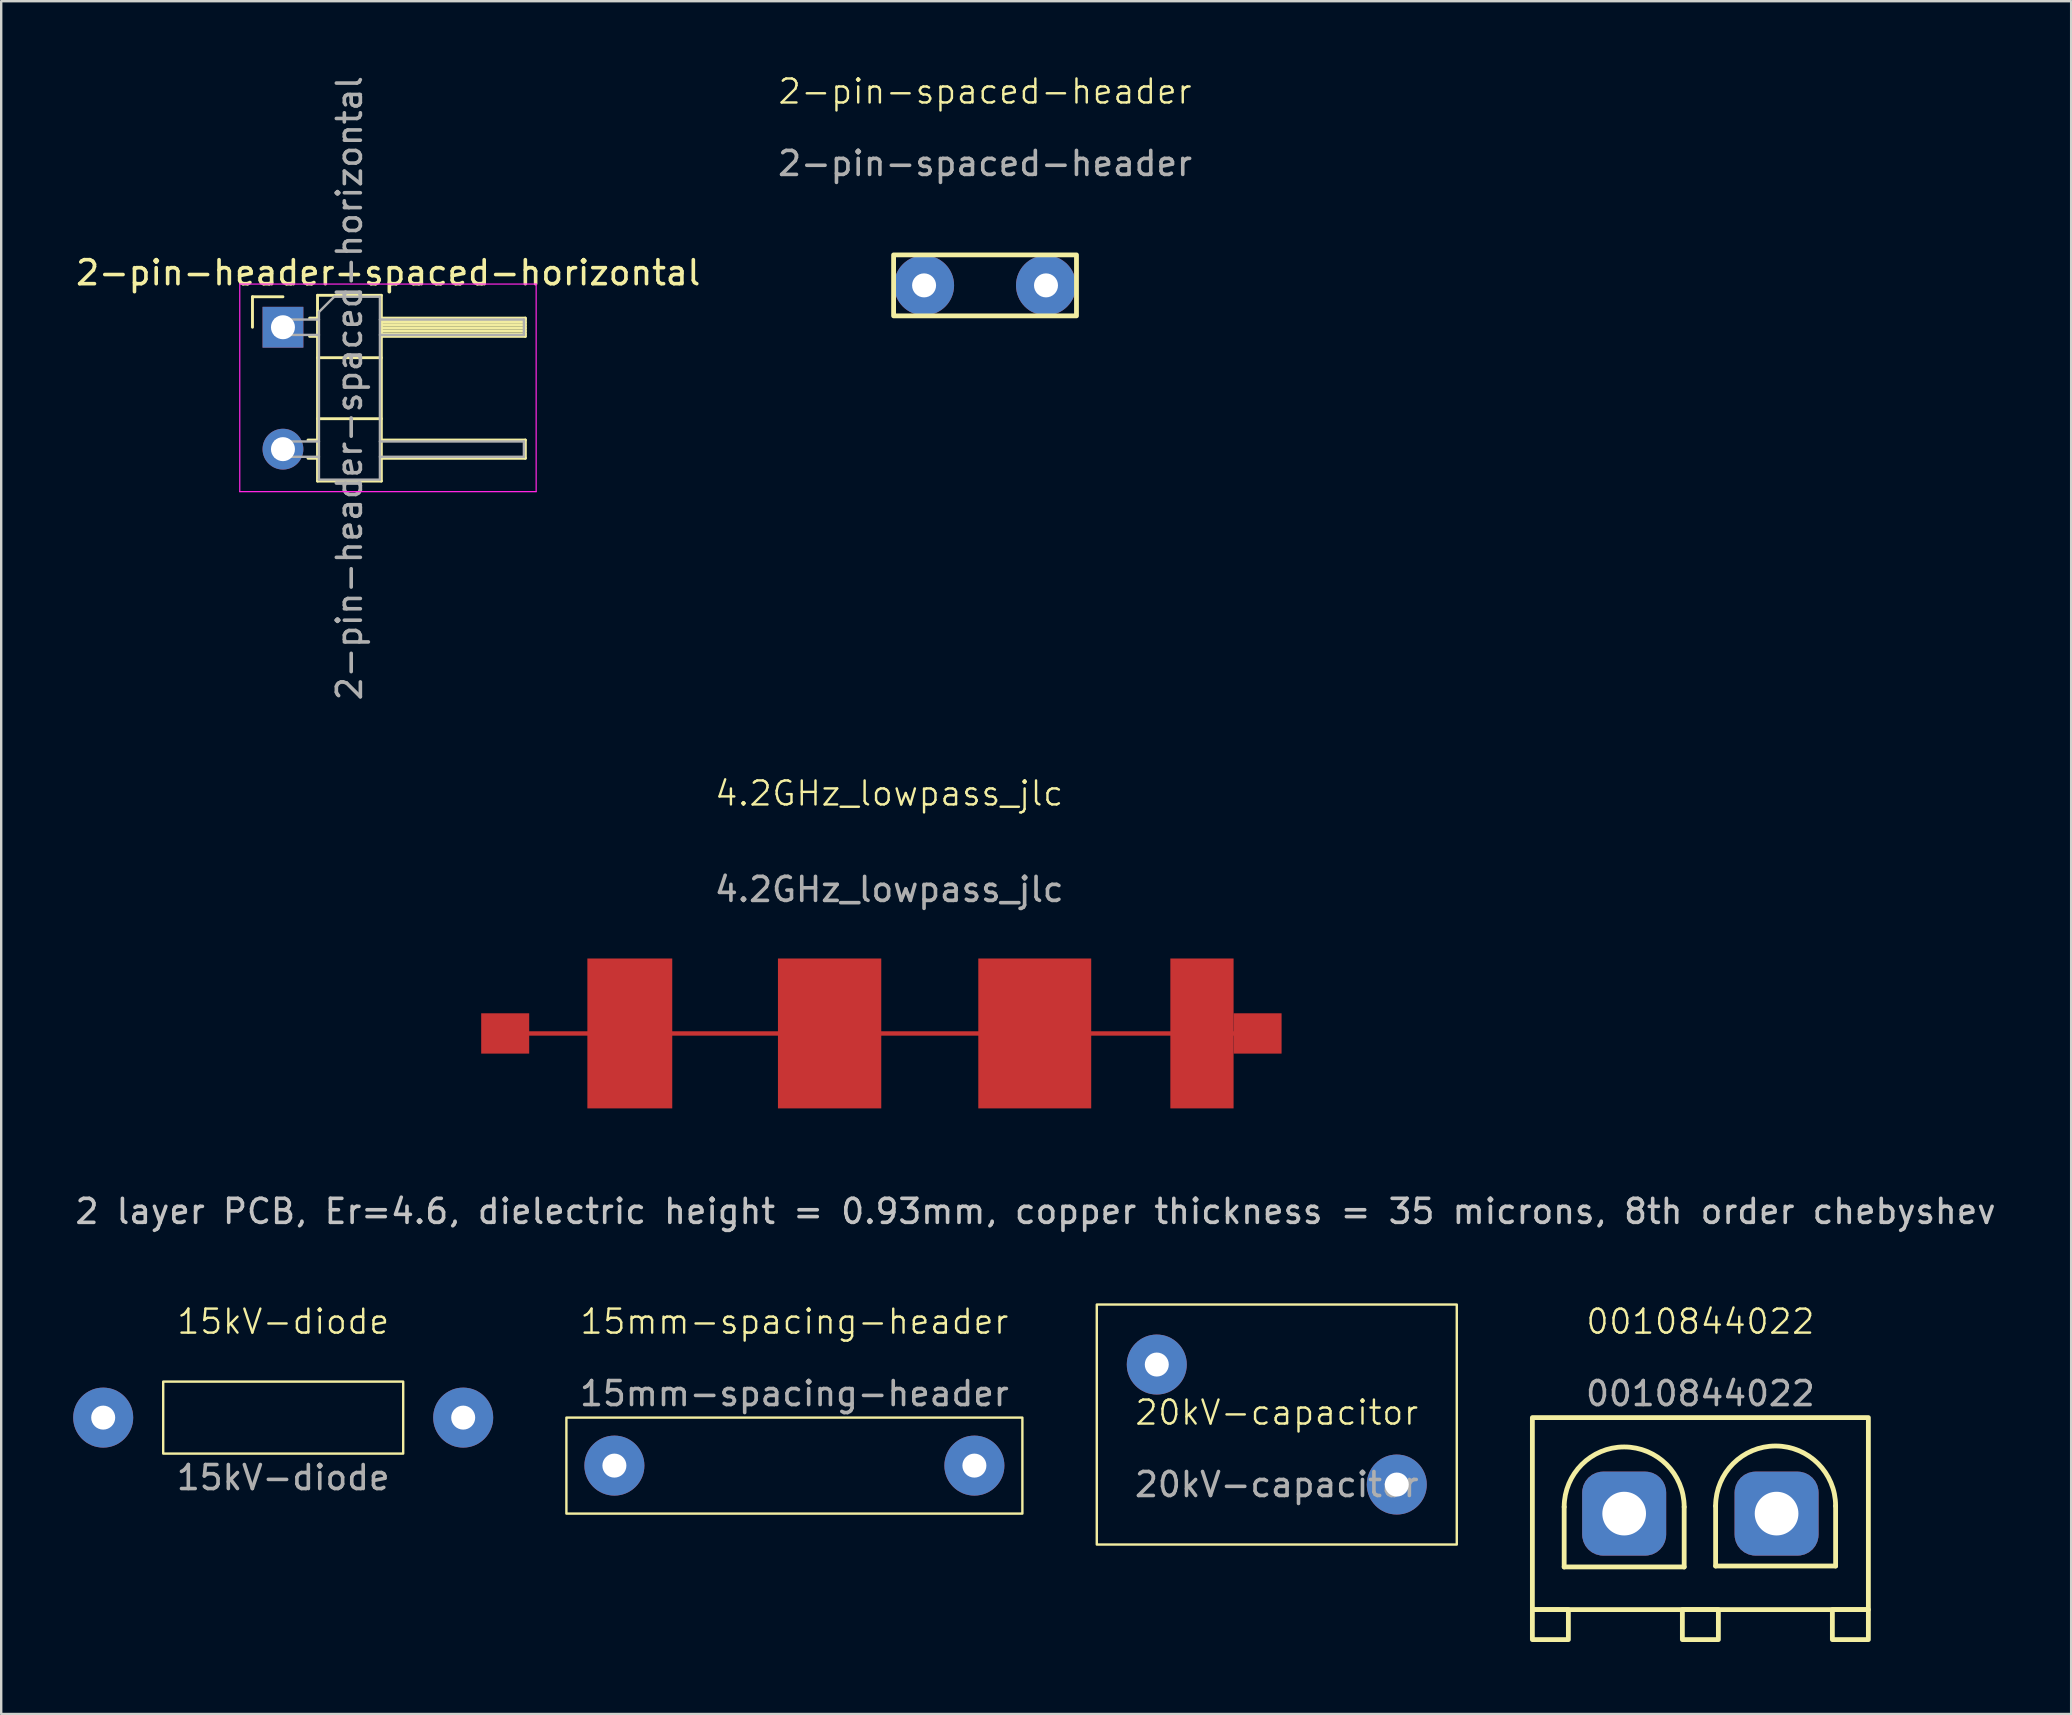
<source format=kicad_pcb>
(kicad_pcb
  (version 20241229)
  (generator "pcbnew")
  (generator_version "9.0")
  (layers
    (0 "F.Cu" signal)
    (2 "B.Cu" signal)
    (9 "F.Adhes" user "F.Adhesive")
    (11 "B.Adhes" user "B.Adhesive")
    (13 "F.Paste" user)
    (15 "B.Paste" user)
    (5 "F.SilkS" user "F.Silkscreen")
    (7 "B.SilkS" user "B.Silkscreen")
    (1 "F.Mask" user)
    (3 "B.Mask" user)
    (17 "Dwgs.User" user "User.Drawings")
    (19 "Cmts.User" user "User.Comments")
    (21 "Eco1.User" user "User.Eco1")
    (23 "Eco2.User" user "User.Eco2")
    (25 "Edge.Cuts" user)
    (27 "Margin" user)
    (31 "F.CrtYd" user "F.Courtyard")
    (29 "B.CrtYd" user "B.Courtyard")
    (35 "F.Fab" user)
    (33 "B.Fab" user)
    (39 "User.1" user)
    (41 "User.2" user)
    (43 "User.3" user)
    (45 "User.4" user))
  (footprint "4.2GHz_lowpass_jlc"
    (layer "F.Cu")
    (at 19 40.011)
    (property "Reference" "4.2GHz_lowpass_jlc" (at 15 -10 0) (unlocked yes) (layer "F.SilkS") (effects (font (size 1 1) (thickness 0.1))))
    (attr smd)
    (fp_line (start 0 0) (end 29.53 0) (stroke (width 0.184) (type default)) (layer "F.Cu"))
    (fp_rect (start 2.424 -3.123) (end 5.961 3.123) (stroke (width 0) (type solid)) (fill yes) (layer "F.Cu"))
    (fp_rect (start 10.365 -3.123) (end 14.67 3.123) (stroke (width 0) (type solid)) (fill yes) (layer "F.Cu"))
    (fp_rect (start 18.713 -3.123) (end 23.418 3.123) (stroke (width 0) (type solid)) (fill yes) (layer "F.Cu"))
    (fp_rect (start 26.715 -3.123) (end 29.35 3.123) (stroke (width 0) (type solid)) (fill yes) (layer "F.Cu"))
    (fp_text user "2 layer PCB, Er=4.6, dielectric height = 0.93mm, copper thickness = 35 microns, 8th order chebyshev" (at -19 8 0) (unlocked yes) (layer "Dwgs.User") (effects (font (size 1 1) (thickness 0.15)) (justify left bottom)))
    (fp_text user "${REFERENCE}" (at 15 -6 0) (unlocked yes) (layer "F.Fab") (effects (font (size 1 1) (thickness 0.15))))
    (pad "1" smd rect (at -1 0) (size 2 1.68) (layers "F.Cu" "F.Mask" "F.Paste"))
    (pad "2" smd rect (at 30.35 0) (size 2 1.68) (layers "F.Cu" "F.Mask" "F.Paste")))
  (footprint "0010844022"
    (layer "F.Cu")
    (at 67.8 60.018)
    (property "Reference" "0010844022" (at 0 -8 0) (unlocked yes) (layer "F.SilkS") (effects (font (size 1 1) (thickness 0.1))))
    (attr smd)
    (fp_line (start -5.675 -0.278) (end -5.675 2.223) (stroke (width 0.2) (type default)) (layer "F.SilkS"))
    (fp_line (start -5.675 2.223) (end -0.675 2.223) (stroke (width 0.2) (type default)) (layer "F.SilkS"))
    (fp_line (start -0.675 2.223) (end -0.675 -0.278) (stroke (width 0.2) (type default)) (layer "F.SilkS"))
    (fp_line (start 0.635 -0.318) (end 0.635 2.183) (stroke (width 0.2) (type default)) (layer "F.SilkS"))
    (fp_line (start 0.635 2.183) (end 5.635 2.183) (stroke (width 0.2) (type default)) (layer "F.SilkS"))
    (fp_line (start 5.635 2.183) (end 5.635 -0.318) (stroke (width 0.2) (type default)) (layer "F.SilkS"))
    (fp_rect (start -7 -4) (end 7 4) (stroke (width 0.2) (type default)) (fill no) (layer "F.SilkS"))
    (fp_rect (start -7 4) (end -5.5 5.25) (stroke (width 0.2) (type default)) (fill no) (layer "F.SilkS"))
    (fp_rect (start -0.75 4) (end 0.75 5.25) (stroke (width 0.2) (type default)) (fill no) (layer "F.SilkS"))
    (fp_rect (start 5.5 4) (end 7 5.25) (stroke (width 0.2) (type default)) (fill no) (layer "F.SilkS"))
    (fp_arc (start -5.675 -0.2775) (mid -3.175 -2.7775) (end -0.675 -0.2775) (stroke (width 0.2) (type default)) (layer "F.SilkS"))
    (fp_arc (start 0.635 -0.3175) (mid 3.135 -2.8175) (end 5.635 -0.3175) (stroke (width 0.2) (type default)) (layer "F.SilkS"))
    (fp_text user "${REFERENCE}" (at 0 -5 0) (unlocked yes) (layer "F.Fab") (effects (font (size 1 1) (thickness 0.15))))
    (pad "1" thru_hole roundrect (at -3.175 0) (size 3.5 3.5) (drill 1.82) (layers "*.Cu" "*.Mask") (roundrect_rratio 0.25))
    (pad "2" thru_hole roundrect (at 3.175 0) (size 3.5 3.5) (drill 1.82) (layers "*.Cu" "*.Mask") (roundrect_rratio 0.25)))
  (footprint "15mm-spacing-header"
    (layer "F.Cu")
    (at 30.05 58.018)
    (property "Reference" "15mm-spacing-header" (at 0 -6 0) (unlocked yes) (layer "F.SilkS") (effects (font (size 1 1) (thickness 0.1))))
    (attr through_hole)
    (fp_rect (start -9.5 -2) (end 9.5 2) (stroke (width 0.1) (type default)) (fill no) (layer "F.SilkS"))
    (fp_text user "${REFERENCE}" (at 0 -3 0) (unlocked yes) (layer "F.Fab") (effects (font (size 1 1) (thickness 0.15))))
    (pad "1" thru_hole circle (at -7.5 0) (size 2.5 2.5) (drill 1) (layers "*.Cu" "*.Mask"))
    (pad "2" thru_hole circle (at 7.5 0) (size 2.5 2.5) (drill 1) (layers "*.Cu" "*.Mask")))
  (footprint "15kV-diode"
    (layer "F.Cu")
    (at 8.75 56.018)
    (property "Reference" "15kV-diode" (at 0 -4 0) (unlocked yes) (layer "F.SilkS") (effects (font (size 1 1) (thickness 0.1))))
    (attr through_hole)
    (fp_rect (start -5 -1.5) (end 5 1.5) (stroke (width 0.1) (type default)) (fill no) (layer "F.SilkS"))
    (fp_text user "${REFERENCE}" (at 0 2.5 0) (unlocked yes) (layer "F.Fab") (effects (font (size 1 1) (thickness 0.15))))
    (pad "1" thru_hole circle (at -7.5 0) (size 2.5 2.5) (drill 1) (layers "*.Cu" "*.Mask"))
    (pad "2" thru_hole circle (at 7.5 0) (size 2.5 2.5) (drill 1) (layers "*.Cu" "*.Mask")))
  (footprint "2-pin-header-spaced-horizontal"
    (layer "F.Cu")
    (at 8.74 10.585)
    (property "Reference" "2-pin-header-spaced-horizontal" (at 4.385 -2.27 0) (layer "F.SilkS") (effects (font (size 1 1) (thickness 0.15))))
    (attr through_hole)
    (fp_line (start -1.27 -1.27) (end 0 -1.27) (stroke (width 0.12) (type solid)) (layer "F.SilkS"))
    (fp_line (start -1.27 0) (end -1.27 -1.27) (stroke (width 0.12) (type solid)) (layer "F.SilkS"))
    (fp_line (start 1.043 4.7) (end 1.44 4.7) (stroke (width 0.12) (type solid)) (layer "F.SilkS"))
    (fp_line (start 1.043 5.46) (end 1.44 5.46) (stroke (width 0.12) (type solid)) (layer "F.SilkS"))
    (fp_line (start 1.11 -0.38) (end 1.44 -0.38) (stroke (width 0.12) (type solid)) (layer "F.SilkS"))
    (fp_line (start 1.11 0.38) (end 1.44 0.38) (stroke (width 0.12) (type solid)) (layer "F.SilkS"))
    (fp_line (start 1.44 -1.33) (end 1.44 6.41) (stroke (width 0.12) (type solid)) (layer "F.SilkS"))
    (fp_line (start 1.44 1.27) (end 4.1 1.27) (stroke (width 0.12) (type solid)) (layer "F.SilkS"))
    (fp_line (start 1.44 3.81) (end 4.1 3.81) (stroke (width 0.12) (type solid)) (layer "F.SilkS"))
    (fp_line (start 1.44 6.41) (end 4.1 6.41) (stroke (width 0.12) (type solid)) (layer "F.SilkS"))
    (fp_line (start 4.1 -1.33) (end 1.44 -1.33) (stroke (width 0.12) (type solid)) (layer "F.SilkS"))
    (fp_line (start 4.1 -0.38) (end 10.1 -0.38) (stroke (width 0.12) (type solid)) (layer "F.SilkS"))
    (fp_line (start 4.1 -0.32) (end 10.1 -0.32) (stroke (width 0.12) (type solid)) (layer "F.SilkS"))
    (fp_line (start 4.1 -0.2) (end 10.1 -0.2) (stroke (width 0.12) (type solid)) (layer "F.SilkS"))
    (fp_line (start 4.1 -0.08) (end 10.1 -0.08) (stroke (width 0.12) (type solid)) (layer "F.SilkS"))
    (fp_line (start 4.1 0.04) (end 10.1 0.04) (stroke (width 0.12) (type solid)) (layer "F.SilkS"))
    (fp_line (start 4.1 0.16) (end 10.1 0.16) (stroke (width 0.12) (type solid)) (layer "F.SilkS"))
    (fp_line (start 4.1 0.28) (end 10.1 0.28) (stroke (width 0.12) (type solid)) (layer "F.SilkS"))
    (fp_line (start 4.1 4.7) (end 10.1 4.7) (stroke (width 0.12) (type solid)) (layer "F.SilkS"))
    (fp_line (start 4.1 6.41) (end 4.1 -1.33) (stroke (width 0.12) (type solid)) (layer "F.SilkS"))
    (fp_line (start 10.1 -0.38) (end 10.1 0.38) (stroke (width 0.12) (type solid)) (layer "F.SilkS"))
    (fp_line (start 10.1 0.38) (end 4.1 0.38) (stroke (width 0.12) (type solid)) (layer "F.SilkS"))
    (fp_line (start 10.1 4.7) (end 10.1 5.46) (stroke (width 0.12) (type solid)) (layer "F.SilkS"))
    (fp_line (start 10.1 5.46) (end 4.1 5.46) (stroke (width 0.12) (type solid)) (layer "F.SilkS"))
    (fp_line (start -1.8 -1.8) (end -1.8 6.85) (stroke (width 0.05) (type solid)) (layer "F.CrtYd"))
    (fp_line (start -1.8 6.85) (end 10.55 6.85) (stroke (width 0.05) (type solid)) (layer "F.CrtYd"))
    (fp_line (start 10.55 -1.8) (end -1.8 -1.8) (stroke (width 0.05) (type solid)) (layer "F.CrtYd"))
    (fp_line (start 10.55 6.85) (end 10.55 -1.8) (stroke (width 0.05) (type solid)) (layer "F.CrtYd"))
    (fp_line (start -0.32 -0.32) (end -0.32 0.32) (stroke (width 0.1) (type solid)) (layer "F.Fab"))
    (fp_line (start -0.32 -0.32) (end 1.5 -0.32) (stroke (width 0.1) (type solid)) (layer "F.Fab"))
    (fp_line (start -0.32 0.32) (end 1.5 0.32) (stroke (width 0.1) (type solid)) (layer "F.Fab"))
    (fp_line (start -0.32 4.76) (end -0.32 5.4) (stroke (width 0.1) (type solid)) (layer "F.Fab"))
    (fp_line (start -0.32 4.76) (end 1.5 4.76) (stroke (width 0.1) (type solid)) (layer "F.Fab"))
    (fp_line (start -0.32 5.4) (end 1.5 5.4) (stroke (width 0.1) (type solid)) (layer "F.Fab"))
    (fp_line (start 1.5 -0.635) (end 2.135 -1.27) (stroke (width 0.1) (type solid)) (layer "F.Fab"))
    (fp_line (start 1.5 6.35) (end 1.5 -0.635) (stroke (width 0.1) (type solid)) (layer "F.Fab"))
    (fp_line (start 2.135 -1.27) (end 4.04 -1.27) (stroke (width 0.1) (type solid)) (layer "F.Fab"))
    (fp_line (start 4.04 -1.27) (end 4.04 6.35) (stroke (width 0.1) (type solid)) (layer "F.Fab"))
    (fp_line (start 4.04 -0.32) (end 10.04 -0.32) (stroke (width 0.1) (type solid)) (layer "F.Fab"))
    (fp_line (start 4.04 0.32) (end 10.04 0.32) (stroke (width 0.1) (type solid)) (layer "F.Fab"))
    (fp_line (start 4.04 4.76) (end 10.04 4.76) (stroke (width 0.1) (type solid)) (layer "F.Fab"))
    (fp_line (start 4.04 5.4) (end 10.04 5.4) (stroke (width 0.1) (type solid)) (layer "F.Fab"))
    (fp_line (start 4.04 6.35) (end 1.5 6.35) (stroke (width 0.1) (type solid)) (layer "F.Fab"))
    (fp_line (start 10.04 -0.32) (end 10.04 0.32) (stroke (width 0.1) (type solid)) (layer "F.Fab"))
    (fp_line (start 10.04 4.76) (end 10.04 5.4) (stroke (width 0.1) (type solid)) (layer "F.Fab"))
    (fp_text user "${REFERENCE}" (at 2.77 2.54 90) (layer "F.Fab") (effects (font (size 1 1) (thickness 0.15))))
    (pad "1" thru_hole rect (at 0 0) (size 1.7 1.7) (drill 1) (layers "*.Cu" "*.Mask"))
    (pad "2" thru_hole oval (at 0 5.08) (size 1.7 1.7) (drill 1) (layers "*.Cu" "*.Mask")))
  (footprint "20kV-capacitor"
    (layer "F.Cu")
    (at 50.15 56.307)
    (property "Reference" "20kV-capacitor" (at 0 -0.5 0) (unlocked yes) (layer "F.SilkS") (effects (font (size 1 1) (thickness 0.1))))
    (attr through_hole)
    (fp_rect (start -7.5 -5) (end 7.5 5) (stroke (width 0.1) (type default)) (fill no) (layer "F.SilkS"))
    (fp_text user "${REFERENCE}" (at 0 2.5 0) (unlocked yes) (layer "F.Fab") (effects (font (size 1 1) (thickness 0.15))))
    (pad "1" thru_hole circle (at -5 -2.5) (size 2.5 2.5) (drill 1) (layers "*.Cu" "*.Mask"))
    (pad "2" thru_hole circle (at 5 2.5) (size 2.5 2.5) (drill 1) (layers "*.Cu" "*.Mask")))
  (footprint "2-pin-spaced-header"
    (layer "F.Cu")
    (at 37.994 8.841)
    (property "Reference" "2-pin-spaced-header" (at 0 -8.08 0) (unlocked yes) (layer "F.SilkS") (effects (font (size 1 1) (thickness 0.1))))
    (attr smd)
    (fp_rect (start -3.81 -1.27) (end 3.81 1.27) (stroke (width 0.2) (type default)) (fill no) (layer "F.SilkS"))
    (fp_text user "${REFERENCE}" (at 0 -5.08 0) (unlocked yes) (layer "F.Fab") (effects (font (size 1 1) (thickness 0.15))))
    (pad "1" thru_hole circle (at -2.54 0) (size 2.5 2.5) (drill 1) (layers "*.Cu" "*.Mask"))
    (pad "2" thru_hole circle (at 2.54 0) (size 2.5 2.5) (drill 1) (layers "*.Cu" "*.Mask")))
  (gr_rect
    (start -3 -3)
    (end 83.25 68.368)
    (stroke (width 0.1) (type default))
    (fill no)
    (layer "Edge.Cuts")))
</source>
